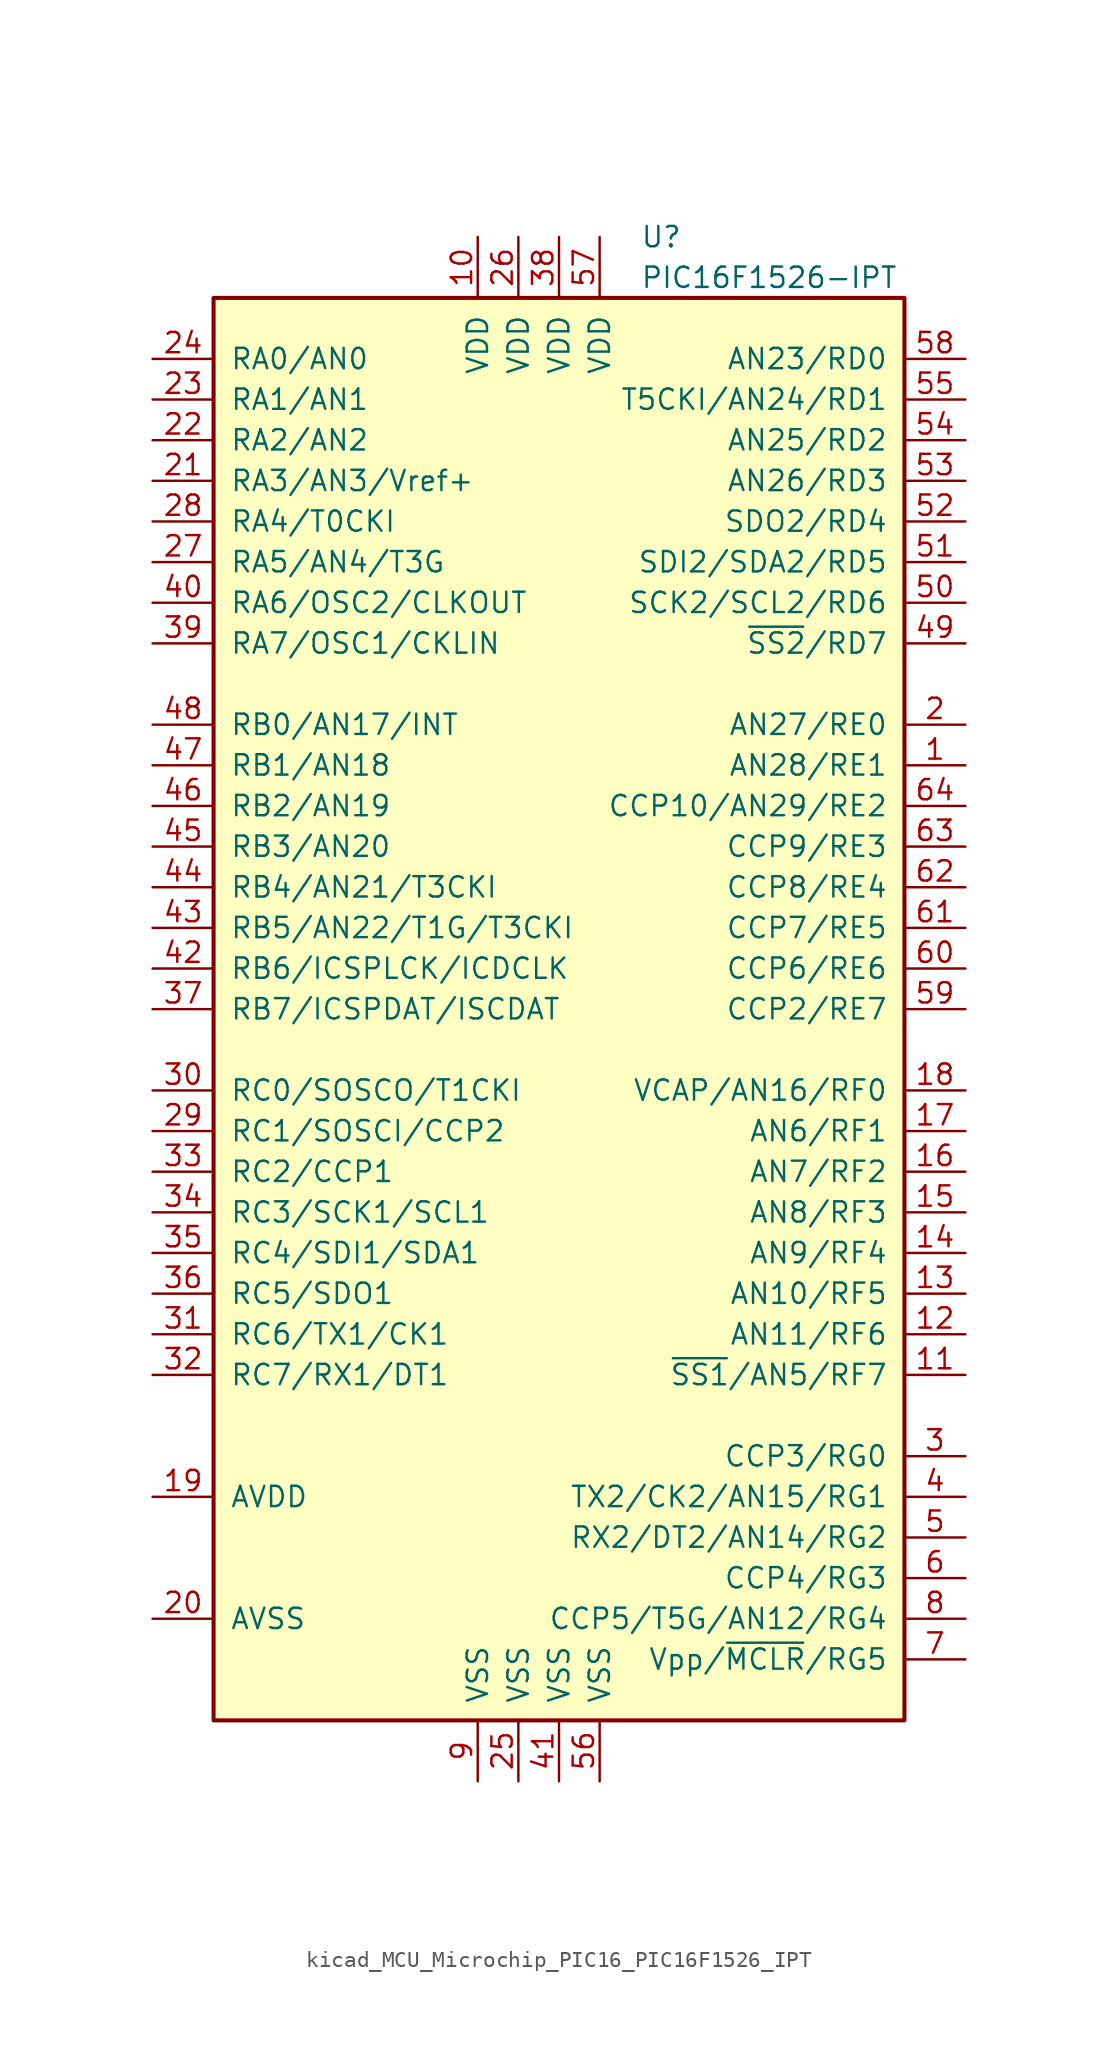
<source format=kicad_sym>
(kicad_symbol_lib
  (version 20220914)
  (generator kicad_symbol_editor)
  (symbol "kicad_MCU_Microchip_PIC16_PIC16F1526_IPT"
    (pin_names
      (offset 1.016))
    (property "Reference" "U"
      (at 5.08 48.26 0)
      (effects (font (size 1.27 1.27)) (justify left)))
    (property "Value" "PIC16F1526-IPT"
      (at 5.08 45.72 0)
      (effects (font (size 1.27 1.27)) (justify left)))
    (symbol "kicad_MCU_Microchip_PIC16_PIC16F1526_IPT_0_1"
      (rectangle (start -21.59 44.45) (end 21.59 -44.45) (stroke (width 0.254) (type default)) (fill (type background))))
    (symbol "kicad_MCU_Microchip_PIC16_PIC16F1526_IPT_1_1"
      (pin bidirectional line (at 25.4 15.24 180) (length 3.81) (name "AN28/RE1" (effects (font (size 1.27 1.27)))) (number "1" (effects (font (size 1.27 1.27)))))
      (pin power_in line (at -5.08 48.26 270) (length 3.81) (name "VDD" (effects (font (size 1.27 1.27)))) (number "10" (effects (font (size 1.27 1.27)))))
      (pin bidirectional line (at 25.4 -22.86 180) (length 3.81) (name "~{SS1}/AN5/RF7" (effects (font (size 1.27 1.27)))) (number "11" (effects (font (size 1.27 1.27)))))
      (pin bidirectional line (at 25.4 -20.32 180) (length 3.81) (name "AN11/RF6" (effects (font (size 1.27 1.27)))) (number "12" (effects (font (size 1.27 1.27)))))
      (pin bidirectional line (at 25.4 -17.78 180) (length 3.81) (name "AN10/RF5" (effects (font (size 1.27 1.27)))) (number "13" (effects (font (size 1.27 1.27)))))
      (pin bidirectional line (at 25.4 -15.24 180) (length 3.81) (name "AN9/RF4" (effects (font (size 1.27 1.27)))) (number "14" (effects (font (size 1.27 1.27)))))
      (pin bidirectional line (at 25.4 -12.7 180) (length 3.81) (name "AN8/RF3" (effects (font (size 1.27 1.27)))) (number "15" (effects (font (size 1.27 1.27)))))
      (pin bidirectional line (at 25.4 -10.16 180) (length 3.81) (name "AN7/RF2" (effects (font (size 1.27 1.27)))) (number "16" (effects (font (size 1.27 1.27)))))
      (pin bidirectional line (at 25.4 -7.62 180) (length 3.81) (name "AN6/RF1" (effects (font (size 1.27 1.27)))) (number "17" (effects (font (size 1.27 1.27)))))
      (pin bidirectional line (at 25.4 -5.08 180) (length 3.81) (name "VCAP/AN16/RF0" (effects (font (size 1.27 1.27)))) (number "18" (effects (font (size 1.27 1.27)))))
      (pin power_in line (at -25.4 -30.48 0) (length 3.81) (name "AVDD" (effects (font (size 1.27 1.27)))) (number "19" (effects (font (size 1.27 1.27)))))
      (pin bidirectional line (at 25.4 17.78 180) (length 3.81) (name "AN27/RE0" (effects (font (size 1.27 1.27)))) (number "2" (effects (font (size 1.27 1.27)))))
      (pin power_in line (at -25.4 -38.1 0) (length 3.81) (name "AVSS" (effects (font (size 1.27 1.27)))) (number "20" (effects (font (size 1.27 1.27)))))
      (pin bidirectional line (at -25.4 33.02 0) (length 3.81) (name "RA3/AN3/Vref+" (effects (font (size 1.27 1.27)))) (number "21" (effects (font (size 1.27 1.27)))))
      (pin bidirectional line (at -25.4 35.56 0) (length 3.81) (name "RA2/AN2" (effects (font (size 1.27 1.27)))) (number "22" (effects (font (size 1.27 1.27)))))
      (pin bidirectional line (at -25.4 38.1 0) (length 3.81) (name "RA1/AN1" (effects (font (size 1.27 1.27)))) (number "23" (effects (font (size 1.27 1.27)))))
      (pin bidirectional line (at -25.4 40.64 0) (length 3.81) (name "RA0/AN0" (effects (font (size 1.27 1.27)))) (number "24" (effects (font (size 1.27 1.27)))))
      (pin power_in line (at -2.54 -48.26 90) (length 3.81) (name "VSS" (effects (font (size 1.27 1.27)))) (number "25" (effects (font (size 1.27 1.27)))))
      (pin power_in line (at -2.54 48.26 270) (length 3.81) (name "VDD" (effects (font (size 1.27 1.27)))) (number "26" (effects (font (size 1.27 1.27)))))
      (pin bidirectional line (at -25.4 27.94 0) (length 3.81) (name "RA5/AN4/T3G" (effects (font (size 1.27 1.27)))) (number "27" (effects (font (size 1.27 1.27)))))
      (pin bidirectional line (at -25.4 30.48 0) (length 3.81) (name "RA4/T0CKI" (effects (font (size 1.27 1.27)))) (number "28" (effects (font (size 1.27 1.27)))))
      (pin bidirectional line (at -25.4 -7.62 0) (length 3.81) (name "RC1/SOSCI/CCP2" (effects (font (size 1.27 1.27)))) (number "29" (effects (font (size 1.27 1.27)))))
      (pin bidirectional line (at 25.4 -27.94 180) (length 3.81) (name "CCP3/RG0" (effects (font (size 1.27 1.27)))) (number "3" (effects (font (size 1.27 1.27)))))
      (pin bidirectional line (at -25.4 -5.08 0) (length 3.81) (name "RC0/SOSCO/T1CKI" (effects (font (size 1.27 1.27)))) (number "30" (effects (font (size 1.27 1.27)))))
      (pin bidirectional line (at -25.4 -20.32 0) (length 3.81) (name "RC6/TX1/CK1" (effects (font (size 1.27 1.27)))) (number "31" (effects (font (size 1.27 1.27)))))
      (pin bidirectional line (at -25.4 -22.86 0) (length 3.81) (name "RC7/RX1/DT1" (effects (font (size 1.27 1.27)))) (number "32" (effects (font (size 1.27 1.27)))))
      (pin bidirectional line (at -25.4 -10.16 0) (length 3.81) (name "RC2/CCP1" (effects (font (size 1.27 1.27)))) (number "33" (effects (font (size 1.27 1.27)))))
      (pin bidirectional line (at -25.4 -12.7 0) (length 3.81) (name "RC3/SCK1/SCL1" (effects (font (size 1.27 1.27)))) (number "34" (effects (font (size 1.27 1.27)))))
      (pin bidirectional line (at -25.4 -15.24 0) (length 3.81) (name "RC4/SDI1/SDA1" (effects (font (size 1.27 1.27)))) (number "35" (effects (font (size 1.27 1.27)))))
      (pin bidirectional line (at -25.4 -17.78 0) (length 3.81) (name "RC5/SDO1" (effects (font (size 1.27 1.27)))) (number "36" (effects (font (size 1.27 1.27)))))
      (pin bidirectional line (at -25.4 0 0) (length 3.81) (name "RB7/ICSPDAT/ISCDAT" (effects (font (size 1.27 1.27)))) (number "37" (effects (font (size 1.27 1.27)))))
      (pin power_in line (at 0 48.26 270) (length 3.81) (name "VDD" (effects (font (size 1.27 1.27)))) (number "38" (effects (font (size 1.27 1.27)))))
      (pin bidirectional line (at -25.4 22.86 0) (length 3.81) (name "RA7/OSC1/CKLIN" (effects (font (size 1.27 1.27)))) (number "39" (effects (font (size 1.27 1.27)))))
      (pin bidirectional line (at 25.4 -30.48 180) (length 3.81) (name "TX2/CK2/AN15/RG1" (effects (font (size 1.27 1.27)))) (number "4" (effects (font (size 1.27 1.27)))))
      (pin bidirectional line (at -25.4 25.4 0) (length 3.81) (name "RA6/OSC2/CLKOUT" (effects (font (size 1.27 1.27)))) (number "40" (effects (font (size 1.27 1.27)))))
      (pin power_in line (at 0 -48.26 90) (length 3.81) (name "VSS" (effects (font (size 1.27 1.27)))) (number "41" (effects (font (size 1.27 1.27)))))
      (pin bidirectional line (at -25.4 2.54 0) (length 3.81) (name "RB6/ICSPLCK/ICDCLK" (effects (font (size 1.27 1.27)))) (number "42" (effects (font (size 1.27 1.27)))))
      (pin bidirectional line (at -25.4 5.08 0) (length 3.81) (name "RB5/AN22/T1G/T3CKI" (effects (font (size 1.27 1.27)))) (number "43" (effects (font (size 1.27 1.27)))))
      (pin bidirectional line (at -25.4 7.62 0) (length 3.81) (name "RB4/AN21/T3CKI" (effects (font (size 1.27 1.27)))) (number "44" (effects (font (size 1.27 1.27)))))
      (pin bidirectional line (at -25.4 10.16 0) (length 3.81) (name "RB3/AN20" (effects (font (size 1.27 1.27)))) (number "45" (effects (font (size 1.27 1.27)))))
      (pin bidirectional line (at -25.4 12.7 0) (length 3.81) (name "RB2/AN19" (effects (font (size 1.27 1.27)))) (number "46" (effects (font (size 1.27 1.27)))))
      (pin bidirectional line (at -25.4 15.24 0) (length 3.81) (name "RB1/AN18" (effects (font (size 1.27 1.27)))) (number "47" (effects (font (size 1.27 1.27)))))
      (pin bidirectional line (at -25.4 17.78 0) (length 3.81) (name "RB0/AN17/INT" (effects (font (size 1.27 1.27)))) (number "48" (effects (font (size 1.27 1.27)))))
      (pin bidirectional line (at 25.4 22.86 180) (length 3.81) (name "~{SS2}/RD7" (effects (font (size 1.27 1.27)))) (number "49" (effects (font (size 1.27 1.27)))))
      (pin bidirectional line (at 25.4 -33.02 180) (length 3.81) (name "RX2/DT2/AN14/RG2" (effects (font (size 1.27 1.27)))) (number "5" (effects (font (size 1.27 1.27)))))
      (pin bidirectional line (at 25.4 25.4 180) (length 3.81) (name "SCK2/SCL2/RD6" (effects (font (size 1.27 1.27)))) (number "50" (effects (font (size 1.27 1.27)))))
      (pin bidirectional line (at 25.4 27.94 180) (length 3.81) (name "SDI2/SDA2/RD5" (effects (font (size 1.27 1.27)))) (number "51" (effects (font (size 1.27 1.27)))))
      (pin bidirectional line (at 25.4 30.48 180) (length 3.81) (name "SDO2/RD4" (effects (font (size 1.27 1.27)))) (number "52" (effects (font (size 1.27 1.27)))))
      (pin bidirectional line (at 25.4 33.02 180) (length 3.81) (name "AN26/RD3" (effects (font (size 1.27 1.27)))) (number "53" (effects (font (size 1.27 1.27)))))
      (pin bidirectional line (at 25.4 35.56 180) (length 3.81) (name "AN25/RD2" (effects (font (size 1.27 1.27)))) (number "54" (effects (font (size 1.27 1.27)))))
      (pin bidirectional line (at 25.4 38.1 180) (length 3.81) (name "T5CKI/AN24/RD1" (effects (font (size 1.27 1.27)))) (number "55" (effects (font (size 1.27 1.27)))))
      (pin power_in line (at 2.54 -48.26 90) (length 3.81) (name "VSS" (effects (font (size 1.27 1.27)))) (number "56" (effects (font (size 1.27 1.27)))))
      (pin power_in line (at 2.54 48.26 270) (length 3.81) (name "VDD" (effects (font (size 1.27 1.27)))) (number "57" (effects (font (size 1.27 1.27)))))
      (pin bidirectional line (at 25.4 40.64 180) (length 3.81) (name "AN23/RD0" (effects (font (size 1.27 1.27)))) (number "58" (effects (font (size 1.27 1.27)))))
      (pin bidirectional line (at 25.4 0 180) (length 3.81) (name "CCP2/RE7" (effects (font (size 1.27 1.27)))) (number "59" (effects (font (size 1.27 1.27)))))
      (pin bidirectional line (at 25.4 -35.56 180) (length 3.81) (name "CCP4/RG3" (effects (font (size 1.27 1.27)))) (number "6" (effects (font (size 1.27 1.27)))))
      (pin bidirectional line (at 25.4 2.54 180) (length 3.81) (name "CCP6/RE6" (effects (font (size 1.27 1.27)))) (number "60" (effects (font (size 1.27 1.27)))))
      (pin bidirectional line (at 25.4 5.08 180) (length 3.81) (name "CCP7/RE5" (effects (font (size 1.27 1.27)))) (number "61" (effects (font (size 1.27 1.27)))))
      (pin bidirectional line (at 25.4 7.62 180) (length 3.81) (name "CCP8/RE4" (effects (font (size 1.27 1.27)))) (number "62" (effects (font (size 1.27 1.27)))))
      (pin bidirectional line (at 25.4 10.16 180) (length 3.81) (name "CCP9/RE3" (effects (font (size 1.27 1.27)))) (number "63" (effects (font (size 1.27 1.27)))))
      (pin bidirectional line (at 25.4 12.7 180) (length 3.81) (name "CCP10/AN29/RE2" (effects (font (size 1.27 1.27)))) (number "64" (effects (font (size 1.27 1.27)))))
      (pin input line (at 25.4 -40.64 180) (length 3.81) (name "Vpp/~{MCLR}/RG5" (effects (font (size 1.27 1.27)))) (number "7" (effects (font (size 1.27 1.27)))))
      (pin bidirectional line (at 25.4 -38.1 180) (length 3.81) (name "CCP5/T5G/AN12/RG4" (effects (font (size 1.27 1.27)))) (number "8" (effects (font (size 1.27 1.27)))))
      (pin power_in line (at -5.08 -48.26 90) (length 3.81) (name "VSS" (effects (font (size 1.27 1.27)))) (number "9" (effects (font (size 1.27 1.27))))))))
</source>
